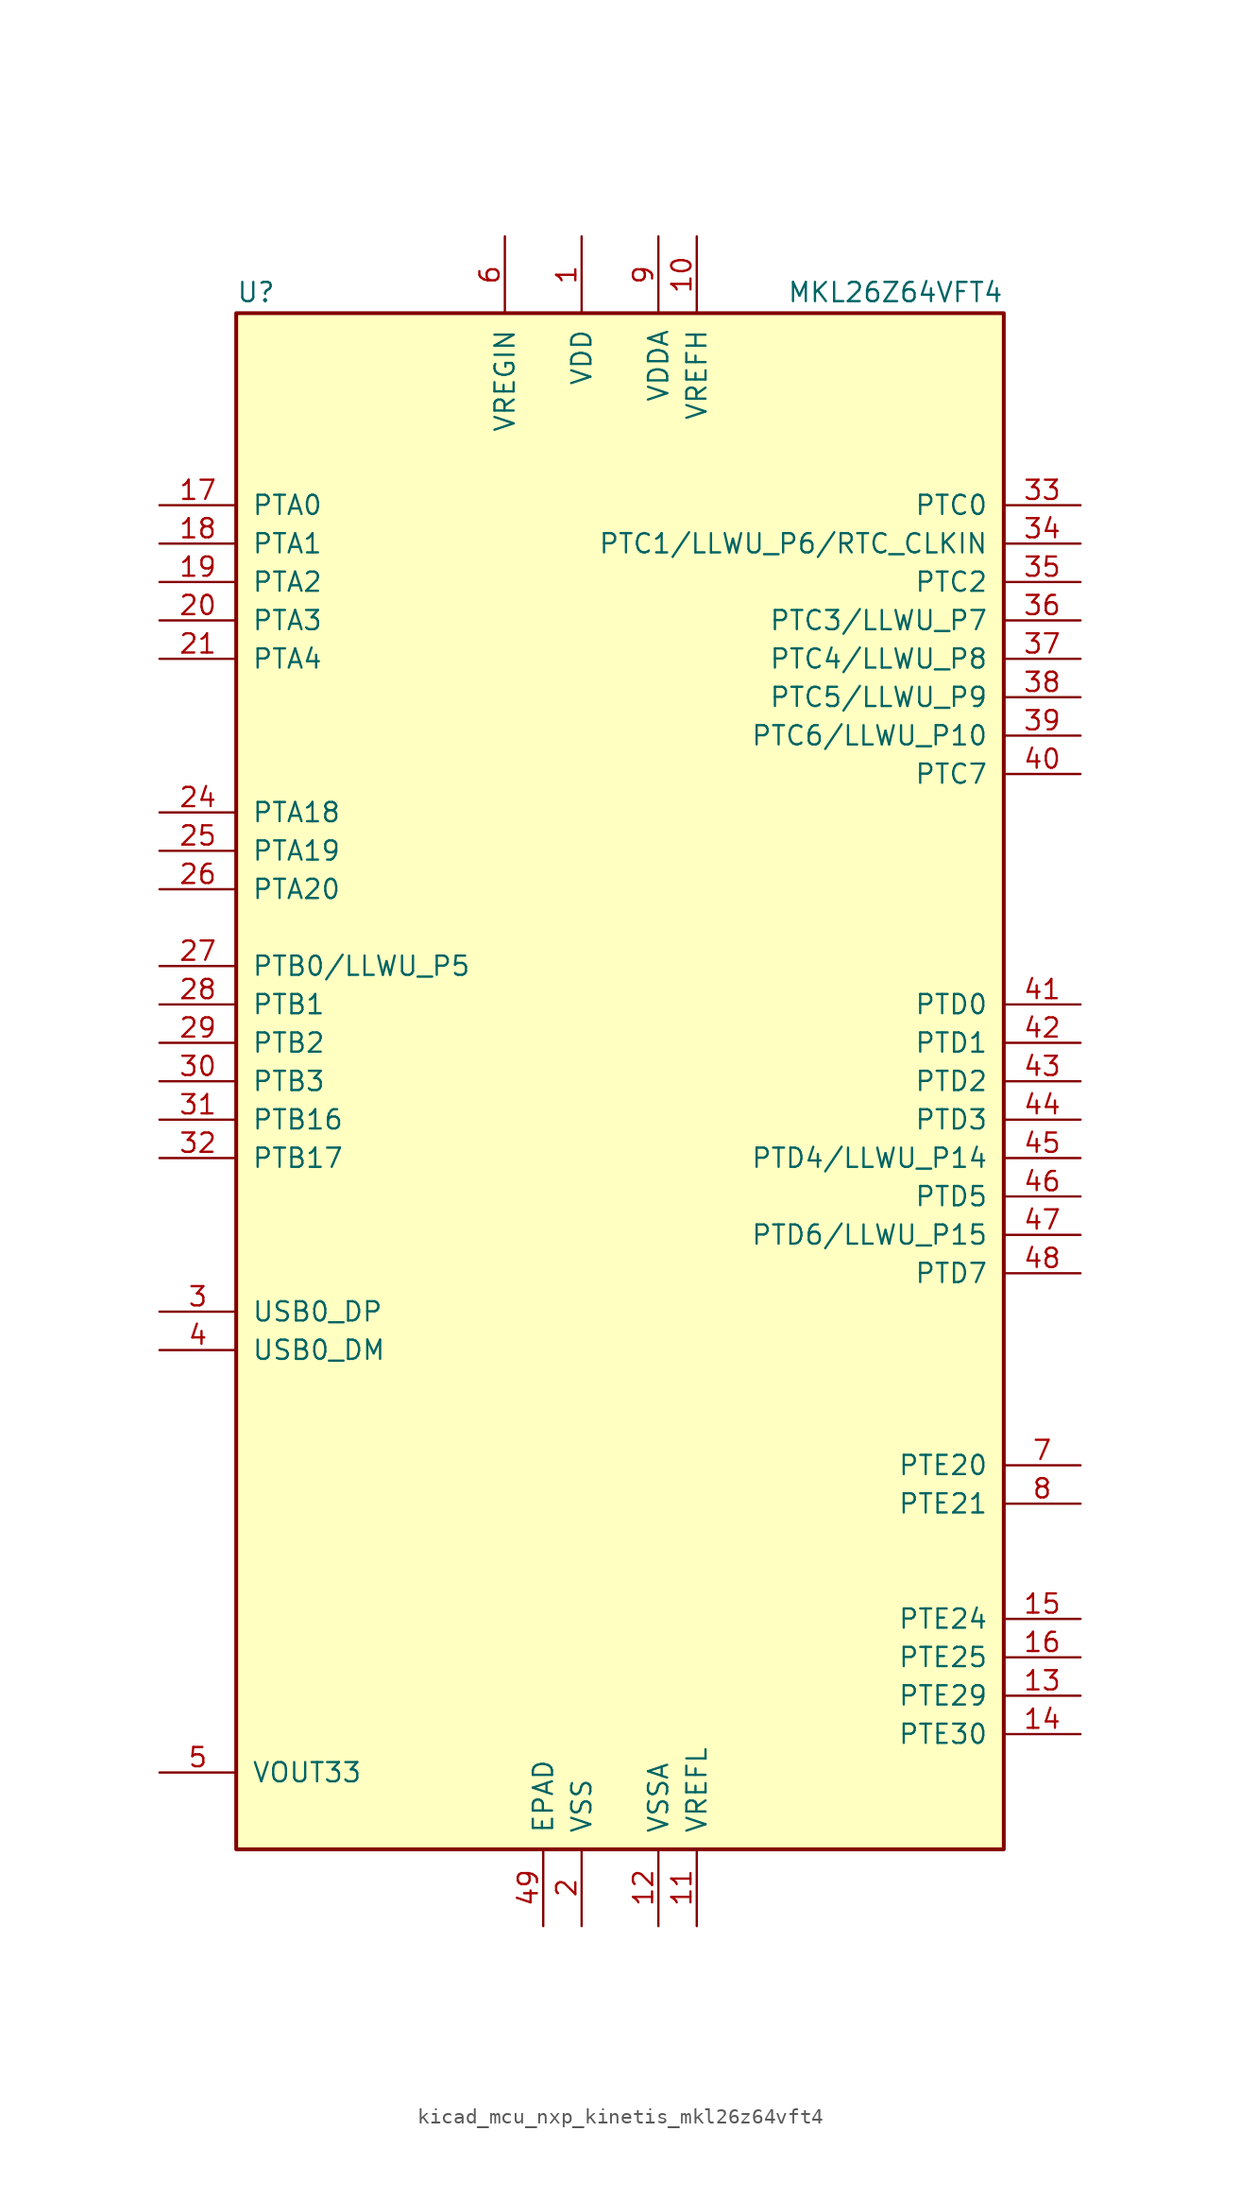
<source format=kicad_sym>
(kicad_symbol_lib
  (version 20220914)
  (generator kicad_symbol_editor)
  (symbol "kicad_mcu_nxp_kinetis_mkl26z64vft4"
    (pin_names
      (offset 1.016))
    (property "Reference" "U"
      (at -25.4 51.435 0)
      (effects (font (size 1.27 1.27)) (justify left bottom)))
    (property "Value" "MKL26Z64VFT4"
      (at 25.4 51.435 0)
      (effects (font (size 1.27 1.27)) (justify right bottom)))
    (symbol "kicad_mcu_nxp_kinetis_mkl26z64vft4_0_1"
      (rectangle (start -25.4 50.8) (end 25.4 -50.8) (stroke (width 0.254) (type default)) (fill (type background))))
    (symbol "kicad_mcu_nxp_kinetis_mkl26z64vft4_1_1"
      (pin power_in line (at -2.54 55.88 270) (length 5.08) (name "VDD" (effects (font (size 1.27 1.27)))) (number "1" (effects (font (size 1.27 1.27)))))
      (pin power_in line (at 5.08 55.88 270) (length 5.08) (name "VREFH" (effects (font (size 1.27 1.27)))) (number "10" (effects (font (size 1.27 1.27)))))
      (pin power_in line (at 5.08 -55.88 90) (length 5.08) (name "VREFL" (effects (font (size 1.27 1.27)))) (number "11" (effects (font (size 1.27 1.27)))))
      (pin power_in line (at 2.54 -55.88 90) (length 5.08) (name "VSSA" (effects (font (size 1.27 1.27)))) (number "12" (effects (font (size 1.27 1.27)))))
      (pin bidirectional line (at 30.48 -40.64 180) (length 5.08) (name "PTE29" (effects (font (size 1.27 1.27)))) (number "13" (effects (font (size 1.27 1.27)))))
      (pin bidirectional line (at 30.48 -43.18 180) (length 5.08) (name "PTE30" (effects (font (size 1.27 1.27)))) (number "14" (effects (font (size 1.27 1.27)))))
      (pin bidirectional line (at 30.48 -35.56 180) (length 5.08) (name "PTE24" (effects (font (size 1.27 1.27)))) (number "15" (effects (font (size 1.27 1.27)))))
      (pin bidirectional line (at 30.48 -38.1 180) (length 5.08) (name "PTE25" (effects (font (size 1.27 1.27)))) (number "16" (effects (font (size 1.27 1.27)))))
      (pin bidirectional line (at -30.48 38.1 0) (length 5.08) (name "PTA0" (effects (font (size 1.27 1.27)))) (number "17" (effects (font (size 1.27 1.27)))))
      (pin bidirectional line (at -30.48 35.56 0) (length 5.08) (name "PTA1" (effects (font (size 1.27 1.27)))) (number "18" (effects (font (size 1.27 1.27)))))
      (pin bidirectional line (at -30.48 33.02 0) (length 5.08) (name "PTA2" (effects (font (size 1.27 1.27)))) (number "19" (effects (font (size 1.27 1.27)))))
      (pin power_in line (at -2.54 -55.88 90) (length 5.08) (name "VSS" (effects (font (size 1.27 1.27)))) (number "2" (effects (font (size 1.27 1.27)))))
      (pin bidirectional line (at -30.48 30.48 0) (length 5.08) (name "PTA3" (effects (font (size 1.27 1.27)))) (number "20" (effects (font (size 1.27 1.27)))))
      (pin bidirectional line (at -30.48 27.94 0) (length 5.08) (name "PTA4" (effects (font (size 1.27 1.27)))) (number "21" (effects (font (size 1.27 1.27)))))
      (pin passive line (at -2.54 55.88 270) (length 5.08) hide (name "VDD" (effects (font (size 1.27 1.27)))) (number "22" (effects (font (size 1.27 1.27)))))
      (pin passive line (at -2.54 -55.88 90) (length 5.08) hide (name "VSS" (effects (font (size 1.27 1.27)))) (number "23" (effects (font (size 1.27 1.27)))))
      (pin bidirectional line (at -30.48 17.78 0) (length 5.08) (name "PTA18" (effects (font (size 1.27 1.27)))) (number "24" (effects (font (size 1.27 1.27)))))
      (pin bidirectional line (at -30.48 15.24 0) (length 5.08) (name "PTA19" (effects (font (size 1.27 1.27)))) (number "25" (effects (font (size 1.27 1.27)))))
      (pin bidirectional line (at -30.48 12.7 0) (length 5.08) (name "PTA20" (effects (font (size 1.27 1.27)))) (number "26" (effects (font (size 1.27 1.27)))))
      (pin bidirectional line (at -30.48 7.62 0) (length 5.08) (name "PTB0/LLWU_P5" (effects (font (size 1.27 1.27)))) (number "27" (effects (font (size 1.27 1.27)))))
      (pin bidirectional line (at -30.48 5.08 0) (length 5.08) (name "PTB1" (effects (font (size 1.27 1.27)))) (number "28" (effects (font (size 1.27 1.27)))))
      (pin bidirectional line (at -30.48 2.54 0) (length 5.08) (name "PTB2" (effects (font (size 1.27 1.27)))) (number "29" (effects (font (size 1.27 1.27)))))
      (pin bidirectional line (at -30.48 -15.24 0) (length 5.08) (name "USB0_DP" (effects (font (size 1.27 1.27)))) (number "3" (effects (font (size 1.27 1.27)))))
      (pin bidirectional line (at -30.48 0 0) (length 5.08) (name "PTB3" (effects (font (size 1.27 1.27)))) (number "30" (effects (font (size 1.27 1.27)))))
      (pin bidirectional line (at -30.48 -2.54 0) (length 5.08) (name "PTB16" (effects (font (size 1.27 1.27)))) (number "31" (effects (font (size 1.27 1.27)))))
      (pin bidirectional line (at -30.48 -5.08 0) (length 5.08) (name "PTB17" (effects (font (size 1.27 1.27)))) (number "32" (effects (font (size 1.27 1.27)))))
      (pin bidirectional line (at 30.48 38.1 180) (length 5.08) (name "PTC0" (effects (font (size 1.27 1.27)))) (number "33" (effects (font (size 1.27 1.27)))))
      (pin bidirectional line (at 30.48 35.56 180) (length 5.08) (name "PTC1/LLWU_P6/RTC_CLKIN" (effects (font (size 1.27 1.27)))) (number "34" (effects (font (size 1.27 1.27)))))
      (pin bidirectional line (at 30.48 33.02 180) (length 5.08) (name "PTC2" (effects (font (size 1.27 1.27)))) (number "35" (effects (font (size 1.27 1.27)))))
      (pin bidirectional line (at 30.48 30.48 180) (length 5.08) (name "PTC3/LLWU_P7" (effects (font (size 1.27 1.27)))) (number "36" (effects (font (size 1.27 1.27)))))
      (pin bidirectional line (at 30.48 27.94 180) (length 5.08) (name "PTC4/LLWU_P8" (effects (font (size 1.27 1.27)))) (number "37" (effects (font (size 1.27 1.27)))))
      (pin bidirectional line (at 30.48 25.4 180) (length 5.08) (name "PTC5/LLWU_P9" (effects (font (size 1.27 1.27)))) (number "38" (effects (font (size 1.27 1.27)))))
      (pin bidirectional line (at 30.48 22.86 180) (length 5.08) (name "PTC6/LLWU_P10" (effects (font (size 1.27 1.27)))) (number "39" (effects (font (size 1.27 1.27)))))
      (pin bidirectional line (at -30.48 -17.78 0) (length 5.08) (name "USB0_DM" (effects (font (size 1.27 1.27)))) (number "4" (effects (font (size 1.27 1.27)))))
      (pin bidirectional line (at 30.48 20.32 180) (length 5.08) (name "PTC7" (effects (font (size 1.27 1.27)))) (number "40" (effects (font (size 1.27 1.27)))))
      (pin bidirectional line (at 30.48 5.08 180) (length 5.08) (name "PTD0" (effects (font (size 1.27 1.27)))) (number "41" (effects (font (size 1.27 1.27)))))
      (pin bidirectional line (at 30.48 2.54 180) (length 5.08) (name "PTD1" (effects (font (size 1.27 1.27)))) (number "42" (effects (font (size 1.27 1.27)))))
      (pin bidirectional line (at 30.48 0 180) (length 5.08) (name "PTD2" (effects (font (size 1.27 1.27)))) (number "43" (effects (font (size 1.27 1.27)))))
      (pin bidirectional line (at 30.48 -2.54 180) (length 5.08) (name "PTD3" (effects (font (size 1.27 1.27)))) (number "44" (effects (font (size 1.27 1.27)))))
      (pin bidirectional line (at 30.48 -5.08 180) (length 5.08) (name "PTD4/LLWU_P14" (effects (font (size 1.27 1.27)))) (number "45" (effects (font (size 1.27 1.27)))))
      (pin bidirectional line (at 30.48 -7.62 180) (length 5.08) (name "PTD5" (effects (font (size 1.27 1.27)))) (number "46" (effects (font (size 1.27 1.27)))))
      (pin bidirectional line (at 30.48 -10.16 180) (length 5.08) (name "PTD6/LLWU_P15" (effects (font (size 1.27 1.27)))) (number "47" (effects (font (size 1.27 1.27)))))
      (pin bidirectional line (at 30.48 -12.7 180) (length 5.08) (name "PTD7" (effects (font (size 1.27 1.27)))) (number "48" (effects (font (size 1.27 1.27)))))
      (pin power_in line (at -5.08 -55.88 90) (length 5.08) (name "EPAD" (effects (font (size 1.27 1.27)))) (number "49" (effects (font (size 1.27 1.27)))))
      (pin power_out line (at -30.48 -45.72 0) (length 5.08) (name "VOUT33" (effects (font (size 1.27 1.27)))) (number "5" (effects (font (size 1.27 1.27)))))
      (pin power_in line (at -7.62 55.88 270) (length 5.08) (name "VREGIN" (effects (font (size 1.27 1.27)))) (number "6" (effects (font (size 1.27 1.27)))))
      (pin bidirectional line (at 30.48 -25.4 180) (length 5.08) (name "PTE20" (effects (font (size 1.27 1.27)))) (number "7" (effects (font (size 1.27 1.27)))))
      (pin bidirectional line (at 30.48 -27.94 180) (length 5.08) (name "PTE21" (effects (font (size 1.27 1.27)))) (number "8" (effects (font (size 1.27 1.27)))))
      (pin power_in line (at 2.54 55.88 270) (length 5.08) (name "VDDA" (effects (font (size 1.27 1.27)))) (number "9" (effects (font (size 1.27 1.27))))))))
</source>
